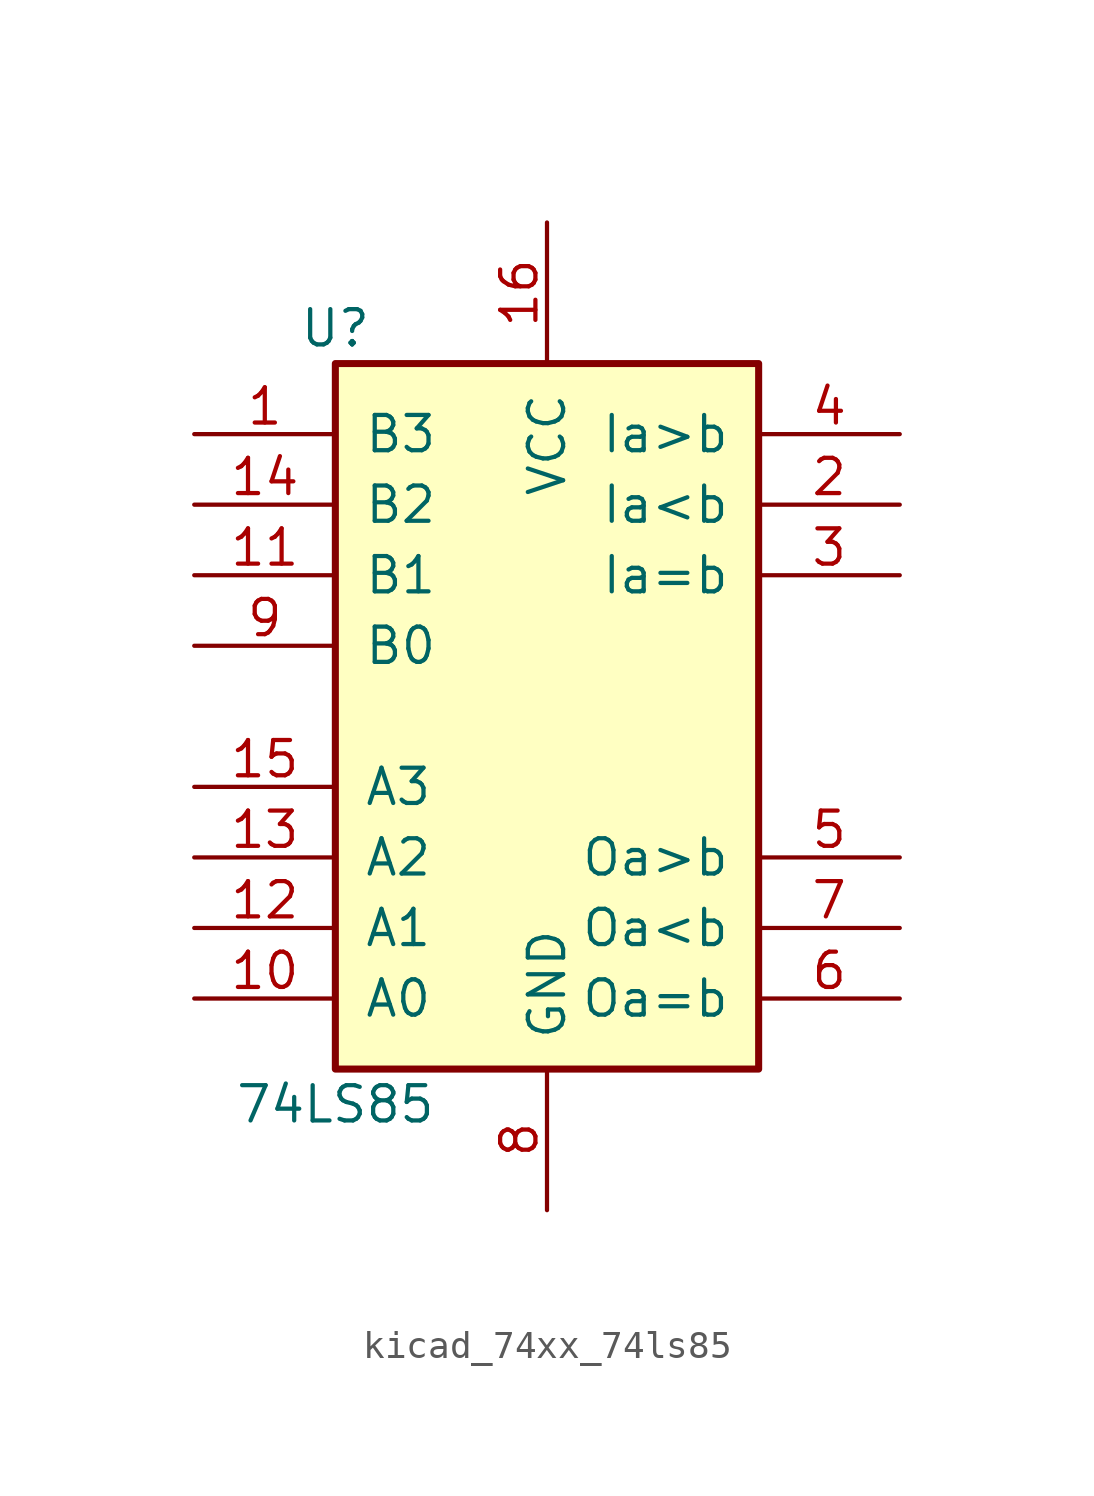
<source format=kicad_sym>
(kicad_symbol_lib
  (version 20220914)
  (generator kicad_symbol_editor)
  (symbol "kicad_74xx_74ls85"
    (pin_names
      (offset 1.016))
    (property "Reference" "U"
      (at -7.62 13.97 0)
      (effects (font (size 1.27 1.27))))
    (property "Value" "74LS85"
      (at -7.62 -13.97 0)
      (effects (font (size 1.27 1.27))))
    (property "ki_locked" ""
      (at 0 0 0)
      (effects (font (size 1.27 1.27))))
    (symbol "kicad_74xx_74ls85_1_0"
      (pin input line (at -12.7 10.16 0) (length 5.08) (name "B3" (effects (font (size 1.27 1.27)))) (number "1" (effects (font (size 1.27 1.27)))))
      (pin input line (at -12.7 -10.16 0) (length 5.08) (name "A0" (effects (font (size 1.27 1.27)))) (number "10" (effects (font (size 1.27 1.27)))))
      (pin input line (at -12.7 5.08 0) (length 5.08) (name "B1" (effects (font (size 1.27 1.27)))) (number "11" (effects (font (size 1.27 1.27)))))
      (pin input line (at -12.7 -7.62 0) (length 5.08) (name "A1" (effects (font (size 1.27 1.27)))) (number "12" (effects (font (size 1.27 1.27)))))
      (pin input line (at -12.7 -5.08 0) (length 5.08) (name "A2" (effects (font (size 1.27 1.27)))) (number "13" (effects (font (size 1.27 1.27)))))
      (pin input line (at -12.7 7.62 0) (length 5.08) (name "B2" (effects (font (size 1.27 1.27)))) (number "14" (effects (font (size 1.27 1.27)))))
      (pin input line (at -12.7 -2.54 0) (length 5.08) (name "A3" (effects (font (size 1.27 1.27)))) (number "15" (effects (font (size 1.27 1.27)))))
      (pin power_in line (at 0 17.78 270) (length 5.08) (name "VCC" (effects (font (size 1.27 1.27)))) (number "16" (effects (font (size 1.27 1.27)))))
      (pin input line (at 12.7 7.62 180) (length 5.08) (name "Ia<b" (effects (font (size 1.27 1.27)))) (number "2" (effects (font (size 1.27 1.27)))))
      (pin input line (at 12.7 5.08 180) (length 5.08) (name "Ia=b" (effects (font (size 1.27 1.27)))) (number "3" (effects (font (size 1.27 1.27)))))
      (pin input line (at 12.7 10.16 180) (length 5.08) (name "Ia>b" (effects (font (size 1.27 1.27)))) (number "4" (effects (font (size 1.27 1.27)))))
      (pin output line (at 12.7 -5.08 180) (length 5.08) (name "Oa>b" (effects (font (size 1.27 1.27)))) (number "5" (effects (font (size 1.27 1.27)))))
      (pin output line (at 12.7 -10.16 180) (length 5.08) (name "Oa=b" (effects (font (size 1.27 1.27)))) (number "6" (effects (font (size 1.27 1.27)))))
      (pin output line (at 12.7 -7.62 180) (length 5.08) (name "Oa<b" (effects (font (size 1.27 1.27)))) (number "7" (effects (font (size 1.27 1.27)))))
      (pin power_in line (at 0 -17.78 90) (length 5.08) (name "GND" (effects (font (size 1.27 1.27)))) (number "8" (effects (font (size 1.27 1.27)))))
      (pin input line (at -12.7 2.54 0) (length 5.08) (name "B0" (effects (font (size 1.27 1.27)))) (number "9" (effects (font (size 1.27 1.27))))))
    (symbol "kicad_74xx_74ls85_1_1"
      (rectangle (start -7.62 12.7) (end 7.62 -12.7) (stroke (width 0.254) (type default)) (fill (type background))))))
</source>
